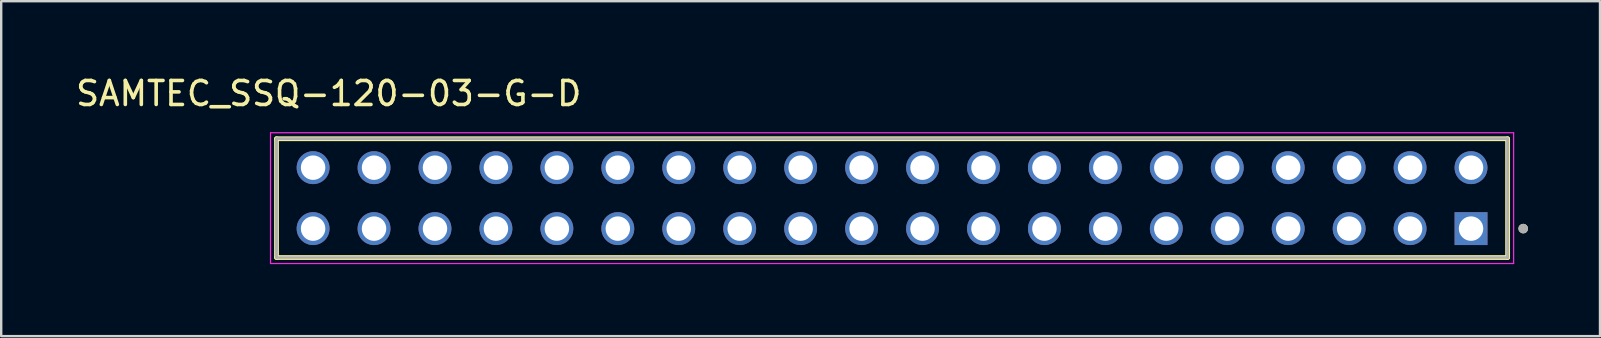
<source format=kicad_pcb>
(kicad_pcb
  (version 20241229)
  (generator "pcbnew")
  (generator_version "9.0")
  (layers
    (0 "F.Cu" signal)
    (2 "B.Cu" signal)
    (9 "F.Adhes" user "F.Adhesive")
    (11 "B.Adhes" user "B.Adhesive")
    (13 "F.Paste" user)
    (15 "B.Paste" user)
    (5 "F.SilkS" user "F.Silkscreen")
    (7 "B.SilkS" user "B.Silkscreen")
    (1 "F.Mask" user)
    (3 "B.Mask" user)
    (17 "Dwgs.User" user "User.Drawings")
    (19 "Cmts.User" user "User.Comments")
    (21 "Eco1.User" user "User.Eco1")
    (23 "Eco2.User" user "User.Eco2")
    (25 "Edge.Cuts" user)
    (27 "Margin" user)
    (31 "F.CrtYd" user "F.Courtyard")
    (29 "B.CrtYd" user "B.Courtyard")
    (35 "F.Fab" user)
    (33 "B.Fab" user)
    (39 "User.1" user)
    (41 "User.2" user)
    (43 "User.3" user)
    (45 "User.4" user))
  (footprint "SAMTEC_SSQ-120-03-G-D"
    (layer "F.Cu")
    (at 34.129 5.208)
    (property "Reference" "SAMTEC_SSQ-120-03-G-D" (at -23.48 -4.36 0) (layer "F.SilkS") (effects (font (size 1 1) (thickness 0.15))))
    (attr through_hole)
    (fp_line (start -25.655 2.475) (end -25.655 -2.475) (stroke (width 0.2) (type solid)) (layer "F.SilkS"))
    (fp_line (start 25.655 -2.475) (end -25.655 -2.475) (stroke (width 0.2) (type solid)) (layer "F.SilkS"))
    (fp_line (start 25.655 -2.475) (end 25.655 2.475) (stroke (width 0.2) (type solid)) (layer "F.SilkS"))
    (fp_line (start 25.655 2.475) (end -25.655 2.475) (stroke (width 0.2) (type solid)) (layer "F.SilkS"))
    (fp_circle (center 26.305 1.27) (end 26.405 1.27) (stroke (width 0.2) (type solid)) (fill no) (layer "F.SilkS"))
    (fp_line (start -25.905 -2.725) (end 25.905 -2.725) (stroke (width 0.05) (type solid)) (layer "F.CrtYd"))
    (fp_line (start -25.905 2.725) (end -25.905 -2.725) (stroke (width 0.05) (type solid)) (layer "F.CrtYd"))
    (fp_line (start 25.905 -2.725) (end 25.905 2.725) (stroke (width 0.05) (type solid)) (layer "F.CrtYd"))
    (fp_line (start 25.905 2.725) (end -25.905 2.725) (stroke (width 0.05) (type solid)) (layer "F.CrtYd"))
    (fp_line (start -25.655 -2.475) (end 25.655 -2.475) (stroke (width 0.1) (type solid)) (layer "F.Fab"))
    (fp_line (start -25.655 -2.475) (end 25.655 -2.475) (stroke (width 0.1) (type solid)) (layer "F.Fab"))
    (fp_line (start -25.655 2.475) (end -25.655 -2.475) (stroke (width 0.1) (type solid)) (layer "F.Fab"))
    (fp_line (start -25.655 2.475) (end -25.655 -2.475) (stroke (width 0.1) (type solid)) (layer "F.Fab"))
    (fp_line (start 25.655 -2.475) (end 25.655 2.475) (stroke (width 0.1) (type solid)) (layer "F.Fab"))
    (fp_line (start 25.655 -2.475) (end 25.655 2.475) (stroke (width 0.1) (type solid)) (layer "F.Fab"))
    (fp_line (start 25.655 2.475) (end -25.655 2.475) (stroke (width 0.1) (type solid)) (layer "F.Fab"))
    (fp_circle (center 26.305 1.27) (end 26.405 1.27) (stroke (width 0.2) (type solid)) (fill no) (layer "F.Fab"))
    (pad "01" thru_hole rect (at 24.13 1.27) (size 1.37 1.37) (drill 1.02) (layers "*.Cu" "*.Mask"))
    (pad "02" thru_hole circle (at 24.13 -1.27) (size 1.37 1.37) (drill 1.02) (layers "*.Cu" "*.Mask"))
    (pad "03" thru_hole circle (at 21.59 1.27) (size 1.37 1.37) (drill 1.02) (layers "*.Cu" "*.Mask"))
    (pad "04" thru_hole circle (at 21.59 -1.27) (size 1.37 1.37) (drill 1.02) (layers "*.Cu" "*.Mask"))
    (pad "05" thru_hole circle (at 19.05 1.27) (size 1.37 1.37) (drill 1.02) (layers "*.Cu" "*.Mask"))
    (pad "06" thru_hole circle (at 19.05 -1.27) (size 1.37 1.37) (drill 1.02) (layers "*.Cu" "*.Mask"))
    (pad "07" thru_hole circle (at 16.51 1.27) (size 1.37 1.37) (drill 1.02) (layers "*.Cu" "*.Mask"))
    (pad "08" thru_hole circle (at 16.51 -1.27) (size 1.37 1.37) (drill 1.02) (layers "*.Cu" "*.Mask"))
    (pad "09" thru_hole circle (at 13.97 1.27) (size 1.37 1.37) (drill 1.02) (layers "*.Cu" "*.Mask"))
    (pad "10" thru_hole circle (at 13.97 -1.27) (size 1.37 1.37) (drill 1.02) (layers "*.Cu" "*.Mask"))
    (pad "11" thru_hole circle (at 11.43 1.27) (size 1.37 1.37) (drill 1.02) (layers "*.Cu" "*.Mask"))
    (pad "12" thru_hole circle (at 11.43 -1.27) (size 1.37 1.37) (drill 1.02) (layers "*.Cu" "*.Mask"))
    (pad "13" thru_hole circle (at 8.89 1.27) (size 1.37 1.37) (drill 1.02) (layers "*.Cu" "*.Mask"))
    (pad "14" thru_hole circle (at 8.89 -1.27) (size 1.37 1.37) (drill 1.02) (layers "*.Cu" "*.Mask"))
    (pad "15" thru_hole circle (at 6.35 1.27) (size 1.37 1.37) (drill 1.02) (layers "*.Cu" "*.Mask"))
    (pad "16" thru_hole circle (at 6.35 -1.27) (size 1.37 1.37) (drill 1.02) (layers "*.Cu" "*.Mask"))
    (pad "17" thru_hole circle (at 3.81 1.27) (size 1.37 1.37) (drill 1.02) (layers "*.Cu" "*.Mask"))
    (pad "18" thru_hole circle (at 3.81 -1.27) (size 1.37 1.37) (drill 1.02) (layers "*.Cu" "*.Mask"))
    (pad "19" thru_hole circle (at 1.27 1.27) (size 1.37 1.37) (drill 1.02) (layers "*.Cu" "*.Mask"))
    (pad "20" thru_hole circle (at 1.27 -1.27) (size 1.37 1.37) (drill 1.02) (layers "*.Cu" "*.Mask"))
    (pad "21" thru_hole circle (at -1.27 1.27) (size 1.37 1.37) (drill 1.02) (layers "*.Cu" "*.Mask"))
    (pad "22" thru_hole circle (at -1.27 -1.27) (size 1.37 1.37) (drill 1.02) (layers "*.Cu" "*.Mask"))
    (pad "23" thru_hole circle (at -3.81 1.27) (size 1.37 1.37) (drill 1.02) (layers "*.Cu" "*.Mask"))
    (pad "24" thru_hole circle (at -3.81 -1.27) (size 1.37 1.37) (drill 1.02) (layers "*.Cu" "*.Mask"))
    (pad "25" thru_hole circle (at -6.35 1.27) (size 1.37 1.37) (drill 1.02) (layers "*.Cu" "*.Mask"))
    (pad "26" thru_hole circle (at -6.35 -1.27) (size 1.37 1.37) (drill 1.02) (layers "*.Cu" "*.Mask"))
    (pad "27" thru_hole circle (at -8.89 1.27) (size 1.37 1.37) (drill 1.02) (layers "*.Cu" "*.Mask"))
    (pad "28" thru_hole circle (at -8.89 -1.27) (size 1.37 1.37) (drill 1.02) (layers "*.Cu" "*.Mask"))
    (pad "29" thru_hole circle (at -11.43 1.27) (size 1.37 1.37) (drill 1.02) (layers "*.Cu" "*.Mask"))
    (pad "30" thru_hole circle (at -11.43 -1.27) (size 1.37 1.37) (drill 1.02) (layers "*.Cu" "*.Mask"))
    (pad "31" thru_hole circle (at -13.97 1.27) (size 1.37 1.37) (drill 1.02) (layers "*.Cu" "*.Mask"))
    (pad "32" thru_hole circle (at -13.97 -1.27) (size 1.37 1.37) (drill 1.02) (layers "*.Cu" "*.Mask"))
    (pad "33" thru_hole circle (at -16.51 1.27) (size 1.37 1.37) (drill 1.02) (layers "*.Cu" "*.Mask"))
    (pad "34" thru_hole circle (at -16.51 -1.27) (size 1.37 1.37) (drill 1.02) (layers "*.Cu" "*.Mask"))
    (pad "35" thru_hole circle (at -19.05 1.27) (size 1.37 1.37) (drill 1.02) (layers "*.Cu" "*.Mask"))
    (pad "36" thru_hole circle (at -19.05 -1.27) (size 1.37 1.37) (drill 1.02) (layers "*.Cu" "*.Mask"))
    (pad "37" thru_hole circle (at -21.59 1.27) (size 1.37 1.37) (drill 1.02) (layers "*.Cu" "*.Mask"))
    (pad "38" thru_hole circle (at -21.59 -1.27) (size 1.37 1.37) (drill 1.02) (layers "*.Cu" "*.Mask"))
    (pad "39" thru_hole circle (at -24.13 1.27) (size 1.37 1.37) (drill 1.02) (layers "*.Cu" "*.Mask"))
    (pad "40" thru_hole circle (at -24.13 -1.27) (size 1.37 1.37) (drill 1.02) (layers "*.Cu" "*.Mask")))
  (gr_rect
    (start -3 -3)
    (end 63.634 10.958)
    (stroke (width 0.1) (type default))
    (fill no)
    (layer "Edge.Cuts")))
</source>
